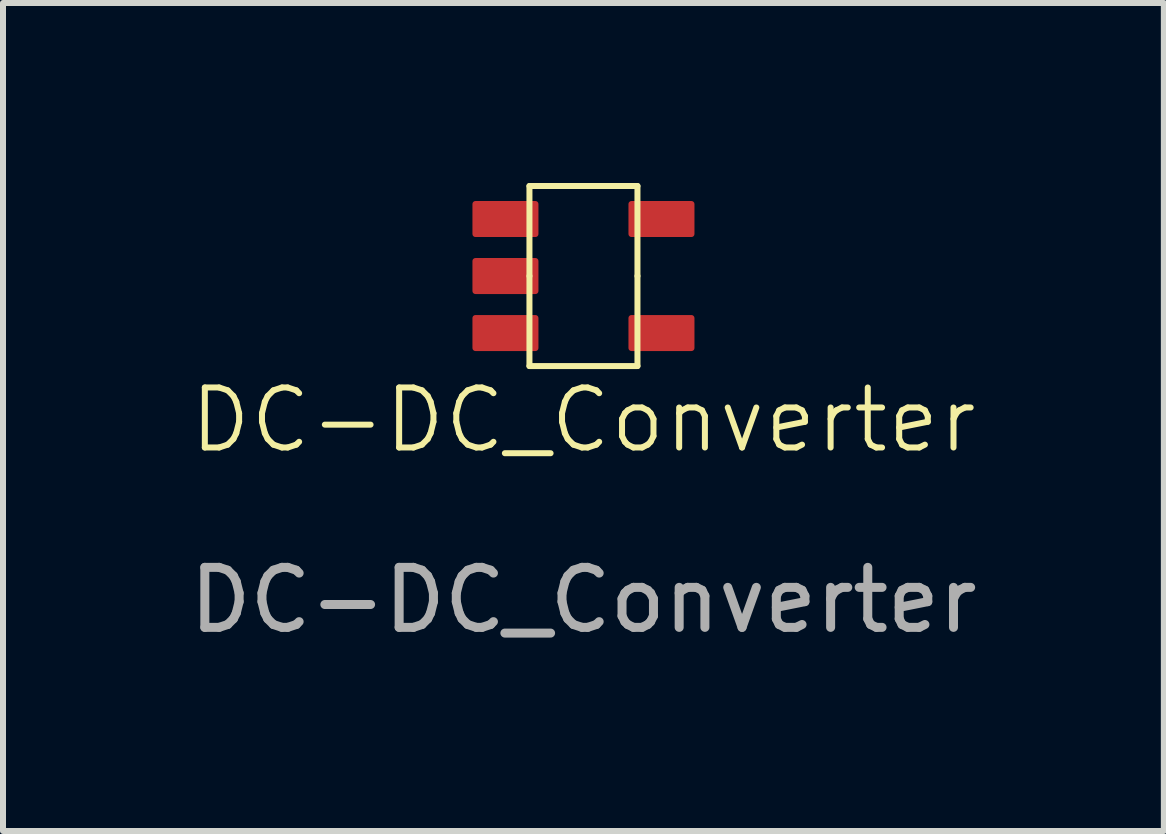
<source format=kicad_pcb>
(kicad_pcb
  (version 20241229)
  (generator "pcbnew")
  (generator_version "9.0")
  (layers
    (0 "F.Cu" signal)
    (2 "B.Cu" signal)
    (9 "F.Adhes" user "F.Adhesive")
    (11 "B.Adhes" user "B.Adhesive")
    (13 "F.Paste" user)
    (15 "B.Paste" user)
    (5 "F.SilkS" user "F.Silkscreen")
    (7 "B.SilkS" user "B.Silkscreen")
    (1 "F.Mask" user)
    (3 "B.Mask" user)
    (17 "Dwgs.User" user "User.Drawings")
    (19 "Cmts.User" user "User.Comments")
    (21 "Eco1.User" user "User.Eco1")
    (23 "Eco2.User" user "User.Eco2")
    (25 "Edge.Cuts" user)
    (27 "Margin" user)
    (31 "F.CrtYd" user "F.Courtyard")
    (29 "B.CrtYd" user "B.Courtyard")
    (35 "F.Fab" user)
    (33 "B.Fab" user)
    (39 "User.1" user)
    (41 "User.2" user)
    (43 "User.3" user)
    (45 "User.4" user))
  (footprint "DC-DC_Converter"
    (layer "F.Cu")
    (at 6.673 1.55)
    (property "Reference" "DC-DC_Converter" (at 0 2.4 0) (unlocked yes) (layer "F.SilkS") (effects (font (size 1 1) (thickness 0.1))))
    (attr smd)
    (fp_line (start -0.9 -1.5) (end -0.9 0) (stroke (width 0.1) (type default)) (layer "F.SilkS"))
    (fp_line (start -0.9 -1.5) (end 0.9 -1.5) (stroke (width 0.1) (type default)) (layer "F.SilkS"))
    (fp_line (start -0.9 0) (end -0.9 1.5) (stroke (width 0.1) (type default)) (layer "F.SilkS"))
    (fp_line (start -0.9 1.5) (end 0.9 1.5) (stroke (width 0.1) (type default)) (layer "F.SilkS"))
    (fp_line (start 0.9 0) (end 0.9 -1.5) (stroke (width 0.1) (type default)) (layer "F.SilkS"))
    (fp_line (start 0.9 1.5) (end 0.9 0) (stroke (width 0.1) (type default)) (layer "F.SilkS"))
    (fp_text user "${REFERENCE}" (at 0 5.4 0) (unlocked yes) (layer "F.Fab") (effects (font (size 1 1) (thickness 0.15))))
    (pad "1" smd roundrect (at -1.3 -0.95) (size 1.1 0.6) (layers "F.Cu" "F.Mask" "F.Paste") (roundrect_rratio 0.083))
    (pad "2" smd roundrect (at -1.3 0) (size 1.1 0.6) (layers "F.Cu" "F.Mask" "F.Paste") (roundrect_rratio 0.083))
    (pad "3" smd roundrect (at -1.3 0.95) (size 1.1 0.6) (layers "F.Cu" "F.Mask" "F.Paste") (roundrect_rratio 0.083))
    (pad "4" smd roundrect (at 1.3 0.95) (size 1.1 0.6) (layers "F.Cu" "F.Mask" "F.Paste") (roundrect_rratio 0.083))
    (pad "5" smd roundrect (at 1.3 -0.95) (size 1.1 0.6) (layers "F.Cu" "F.Mask" "F.Paste") (roundrect_rratio 0.083)))
  (gr_rect
    (start -3 -3)
    (end 16.345 10.798)
    (stroke (width 0.1) (type default))
    (fill no)
    (layer "Edge.Cuts")))
</source>
